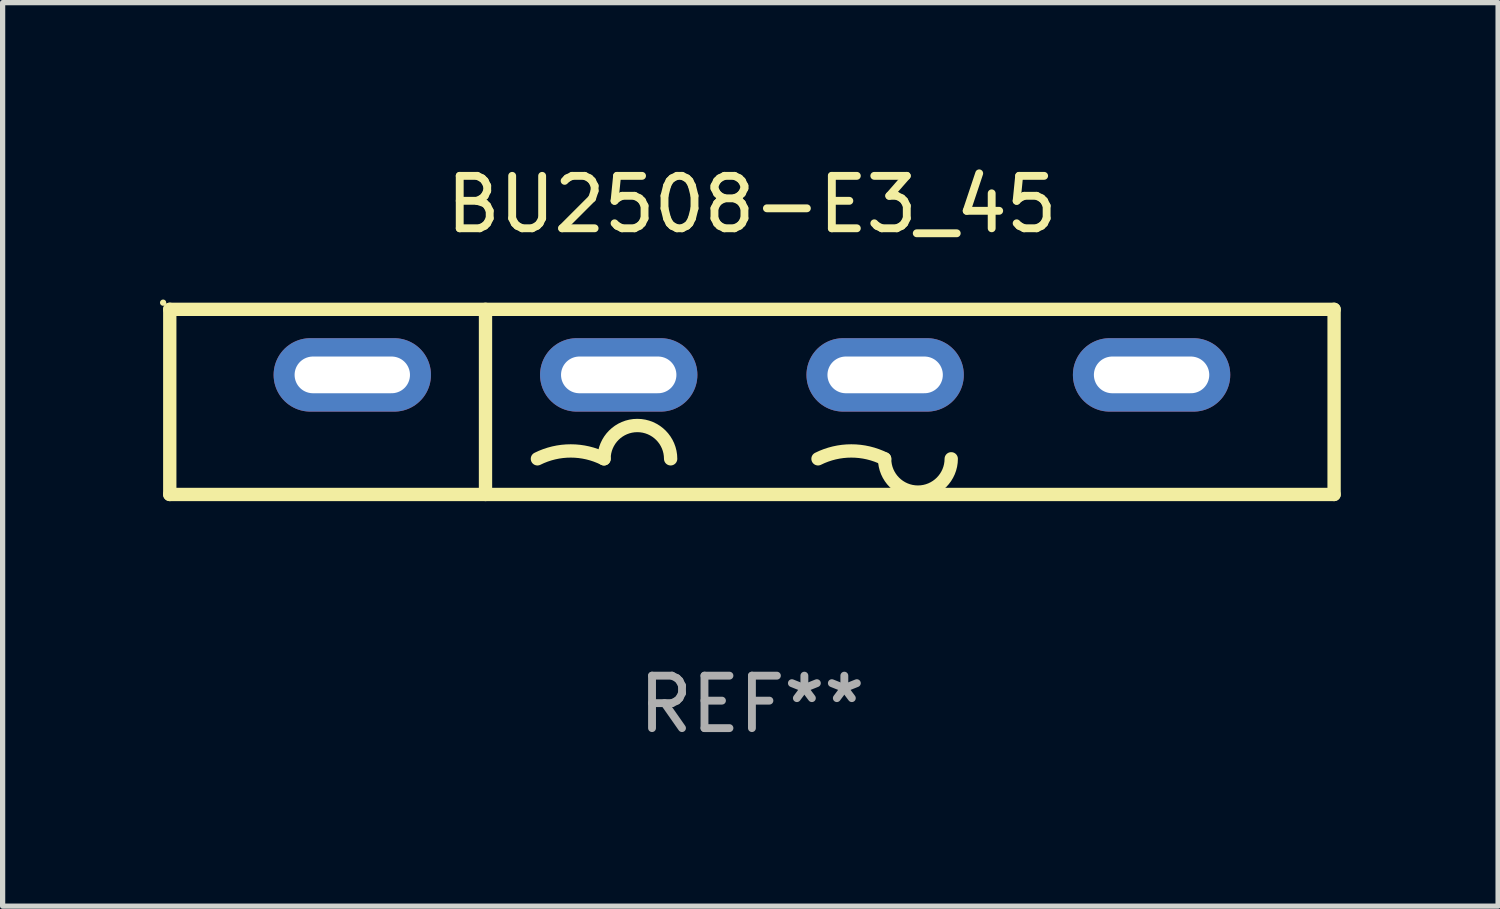
<source format=kicad_pcb>
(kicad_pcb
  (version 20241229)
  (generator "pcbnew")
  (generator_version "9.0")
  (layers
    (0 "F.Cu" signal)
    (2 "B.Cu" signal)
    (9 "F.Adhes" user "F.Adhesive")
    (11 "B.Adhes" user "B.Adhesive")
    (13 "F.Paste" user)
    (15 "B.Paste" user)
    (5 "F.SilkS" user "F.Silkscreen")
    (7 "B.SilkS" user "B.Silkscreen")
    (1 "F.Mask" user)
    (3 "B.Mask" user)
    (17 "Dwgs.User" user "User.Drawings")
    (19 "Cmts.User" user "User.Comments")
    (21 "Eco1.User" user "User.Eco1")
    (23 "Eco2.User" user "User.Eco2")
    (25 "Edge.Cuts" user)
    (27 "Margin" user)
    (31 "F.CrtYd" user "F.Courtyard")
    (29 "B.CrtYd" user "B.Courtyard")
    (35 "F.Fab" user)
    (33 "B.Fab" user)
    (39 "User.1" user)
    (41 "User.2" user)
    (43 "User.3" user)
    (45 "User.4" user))
  (footprint "BU2508-E3_45"
    (layer "F.Cu")
    (at 11.287 4.613)
    (property "Reference" "BU2508-E3_45" (at 0 -3.765 0) (layer "F.SilkS") (effects (font (size 1 1) (thickness 0.15))))
    (attr through_hole)
    (fp_line (start -11.1 -1.765) (end 11.1 -1.765) (stroke (width 0.254) (type solid)) (layer "F.SilkS"))
    (fp_line (start -11.1 1.765) (end -11.1 -1.765) (stroke (width 0.254) (type solid)) (layer "F.SilkS"))
    (fp_line (start -5.08 -1.765) (end -5.08 1.765) (stroke (width 0.254) (type solid)) (layer "F.SilkS"))
    (fp_line (start 11.1 -1.765) (end 11.1 1.765) (stroke (width 0.254) (type solid)) (layer "F.SilkS"))
    (fp_line (start 11.1 1.765) (end -11.1 1.765) (stroke (width 0.254) (type solid)) (layer "F.SilkS"))
    (fp_arc (start -4.089992 1.084963) (mid -3.454991 0.93506) (end -2.819989 1.084963) (stroke (width 0.254001) (type solid)) (layer "F.SilkS"))
    (fp_arc (start -2.819991 1.084963) (mid -2.184989 0.449961) (end -1.549987 1.084963) (stroke (width 0.254001) (type solid)) (layer "F.SilkS"))
    (fp_arc (start 1.259995 1.084963) (mid 1.894996 0.93506) (end 2.529998 1.084963) (stroke (width 0.254001) (type solid)) (layer "F.SilkS"))
    (fp_arc (start 3.8 1.084963) (mid 3.164999 1.719964) (end 2.529998 1.084963) (stroke (width 0.254001) (type solid)) (layer "F.SilkS"))
    (fp_circle (center -11.227 -1.892) (end -11.197 -1.892) (stroke (width 0.06) (type solid)) (fill no) (layer "F.SilkS"))
    (fp_text user "+" (at -7 3.085 0) (layer "B.Mask") (effects (font (size 1 1) (thickness 0.15))))
    (fp_text user "-" (at 8.65 3.335 0) (layer "B.Mask") (effects (font (size 1 1) (thickness 0.15))))
    (fp_text user "REF**" (at 0 5.765 0) (layer "F.Fab") (effects (font (size 1 1) (thickness 0.15))))
    (pad "1" thru_hole oval (at -7.62 -0.515 180) (size 3 1.4) (drill oval 2.2 0.7) (layers "*.Cu" "*.Mask"))
    (pad "2" thru_hole oval (at -2.54 -0.515 180) (size 3 1.4) (drill oval 2.2 0.7) (layers "*.Cu" "*.Mask"))
    (pad "3" thru_hole oval (at 2.54 -0.515 180) (size 3 1.4) (drill oval 2.2 0.7) (layers "*.Cu" "*.Mask"))
    (pad "4" thru_hole oval (at 7.62 -0.515 180) (size 3 1.4) (drill oval 2.2 0.7) (layers "*.Cu" "*.Mask")))
  (gr_rect
    (start -3 -3)
    (end 25.514 14.227)
    (stroke (width 0.1) (type default))
    (fill no)
    (layer "Edge.Cuts")))
</source>
